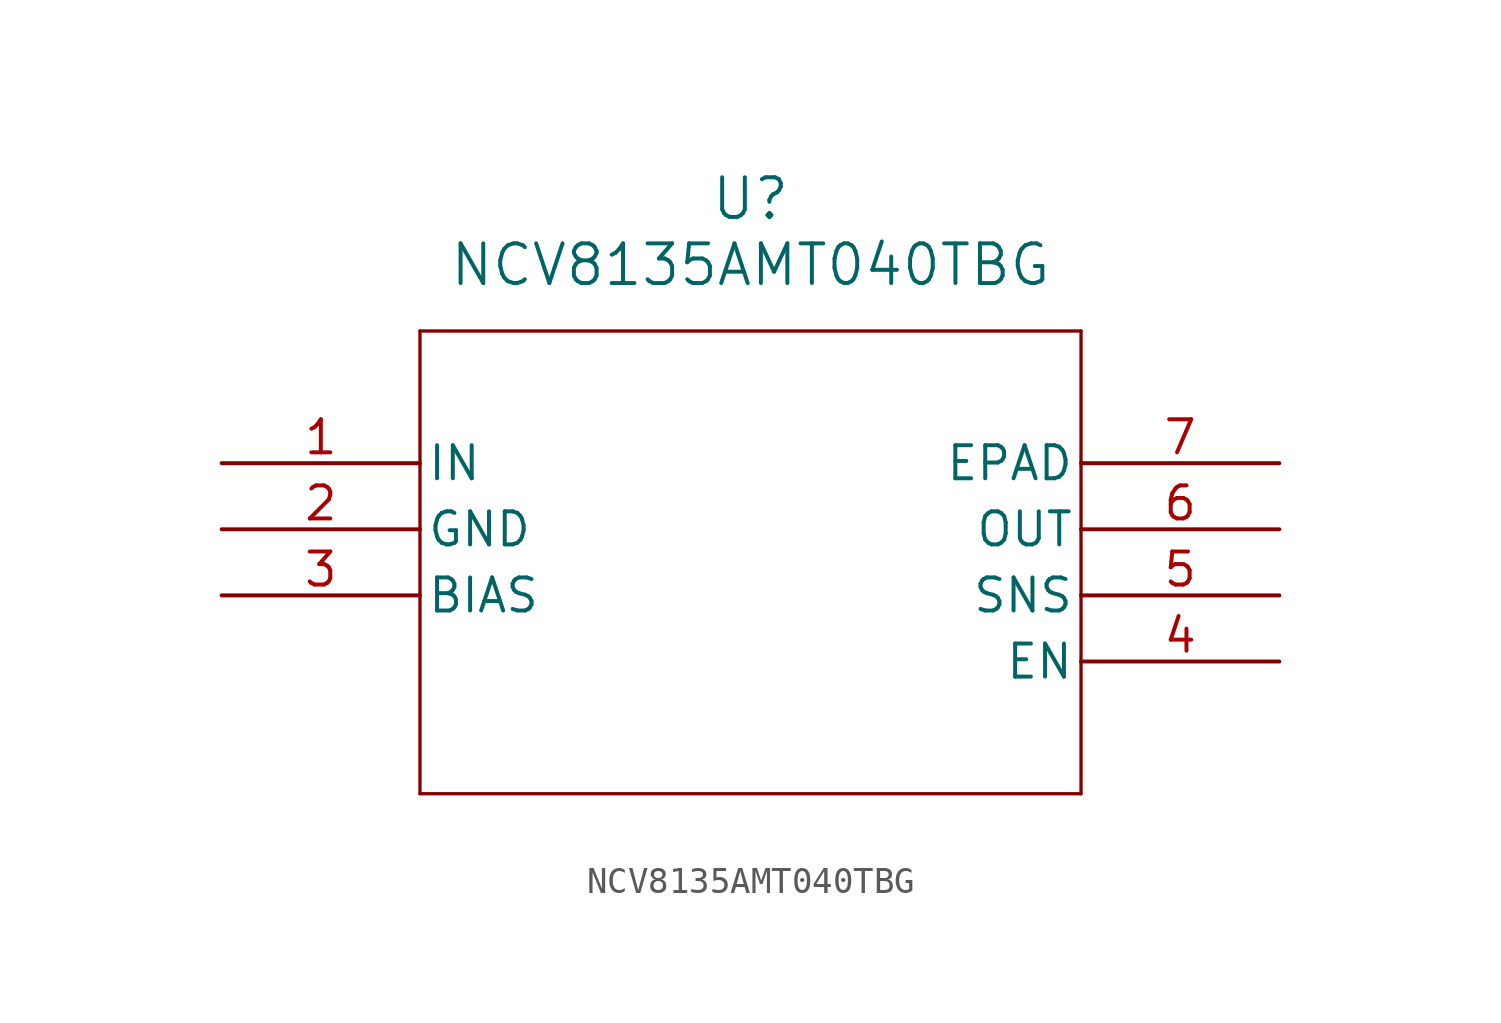
<source format=kicad_sym>
(kicad_symbol_lib
  (version 20211014)
  (generator kicad_symbol_editor)
  (symbol "NCV8135AMT040TBG"
    (pin_names
      (offset 0.254))
    (property "Reference" "U"
      (at 20.32 10.16 0)
      (effects (font (size 1.524 1.524))))
    (property "Value" "NCV8135AMT040TBG"
      (at 20.32 7.62 0)
      (effects (font (size 1.524 1.524))))
    (symbol "NCV8135AMT040TBG_0_1"
      (polyline (pts (xy 7.62 5.08) (xy 7.62 -12.7)) (stroke (width 0.127) (type default) (color 0 0 0 0)) (fill (type none)))
      (polyline (pts (xy 7.62 -12.7) (xy 33.02 -12.7)) (stroke (width 0.127) (type default) (color 0 0 0 0)) (fill (type none)))
      (polyline (pts (xy 33.02 -12.7) (xy 33.02 5.08)) (stroke (width 0.127) (type default) (color 0 0 0 0)) (fill (type none)))
      (polyline (pts (xy 33.02 5.08) (xy 7.62 5.08)) (stroke (width 0.127) (type default) (color 0 0 0 0)) (fill (type none)))
      (pin input line (at 0 0 0) (length 7.62) (name "IN" (effects (font (size 1.27 1.27)))) (number "1" (effects (font (size 1.27 1.27)))))
      (pin power_out line (at 0 -2.54 0) (length 7.62) (name "GND" (effects (font (size 1.27 1.27)))) (number "2" (effects (font (size 1.27 1.27)))))
      (pin unspecified line (at 0 -5.08 0) (length 7.62) (name "BIAS" (effects (font (size 1.27 1.27)))) (number "3" (effects (font (size 1.27 1.27)))))
      (pin unspecified line (at 40.64 -7.62 180) (length 7.62) (name "EN" (effects (font (size 1.27 1.27)))) (number "4" (effects (font (size 1.27 1.27)))))
      (pin unspecified line (at 40.64 -5.08 180) (length 7.62) (name "SNS" (effects (font (size 1.27 1.27)))) (number "5" (effects (font (size 1.27 1.27)))))
      (pin output line (at 40.64 -2.54 180) (length 7.62) (name "OUT" (effects (font (size 1.27 1.27)))) (number "6" (effects (font (size 1.27 1.27)))))
      (pin power_out line (at 40.64 0 180) (length 7.62) (name "EPAD" (effects (font (size 1.27 1.27)))) (number "7" (effects (font (size 1.27 1.27))))))))
</source>
